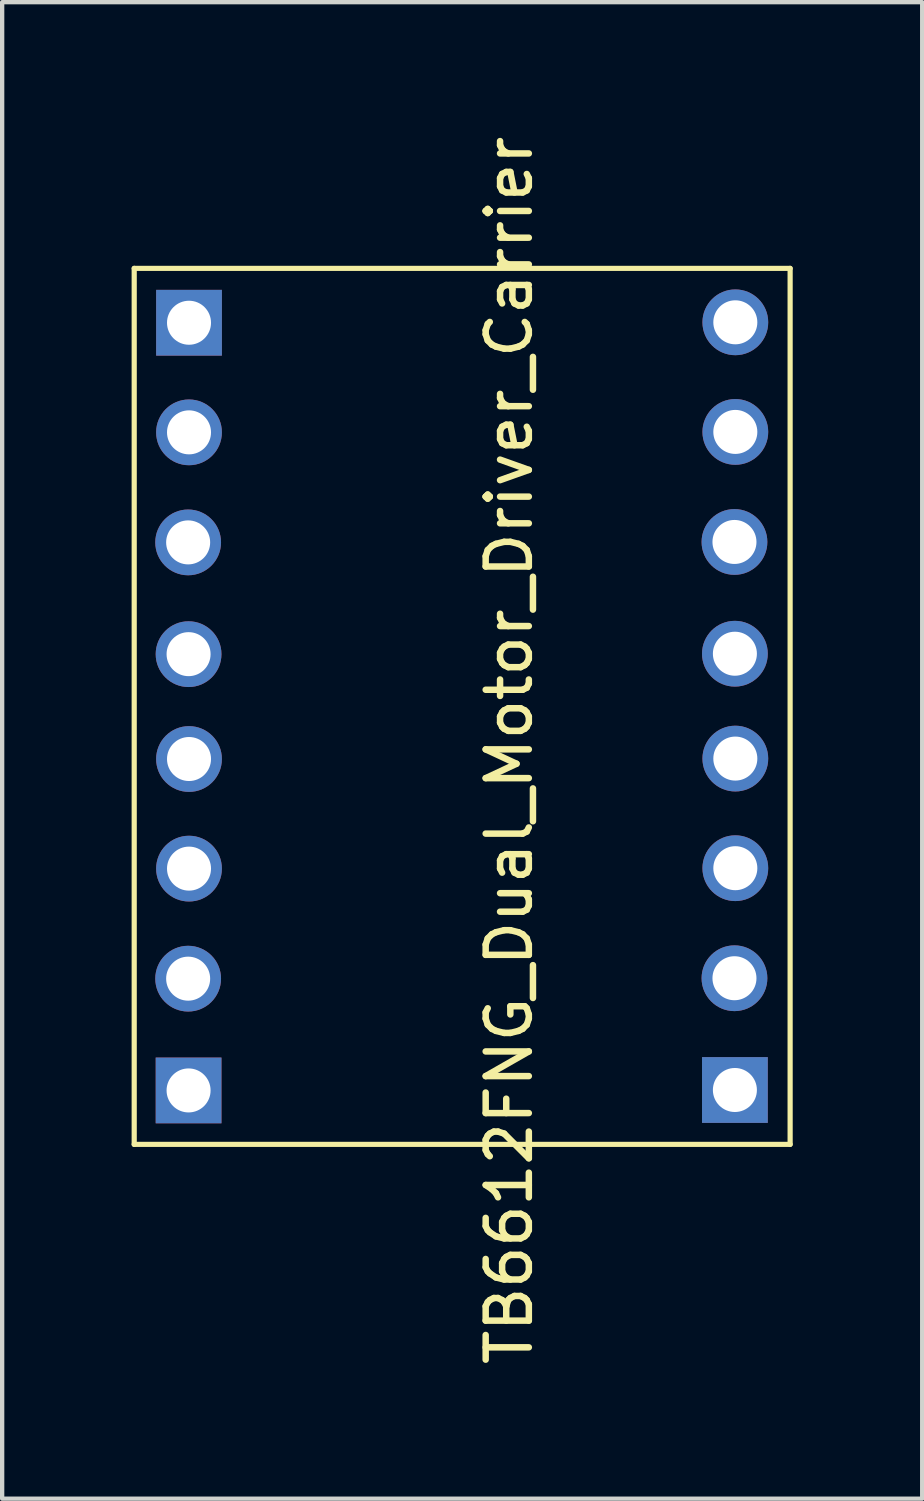
<source format=kicad_pcb>
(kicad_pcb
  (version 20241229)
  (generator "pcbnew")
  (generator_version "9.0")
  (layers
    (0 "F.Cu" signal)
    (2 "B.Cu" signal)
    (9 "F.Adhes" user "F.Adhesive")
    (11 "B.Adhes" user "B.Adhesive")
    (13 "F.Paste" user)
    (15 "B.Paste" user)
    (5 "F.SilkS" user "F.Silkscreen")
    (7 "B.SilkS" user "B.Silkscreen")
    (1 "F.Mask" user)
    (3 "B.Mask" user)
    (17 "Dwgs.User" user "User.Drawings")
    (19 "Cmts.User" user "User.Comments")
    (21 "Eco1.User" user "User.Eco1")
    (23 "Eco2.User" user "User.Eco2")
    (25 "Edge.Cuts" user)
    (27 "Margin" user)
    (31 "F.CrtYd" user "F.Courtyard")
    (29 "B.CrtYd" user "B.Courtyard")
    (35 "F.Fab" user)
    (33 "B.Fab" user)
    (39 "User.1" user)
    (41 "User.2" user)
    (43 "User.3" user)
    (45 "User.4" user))
  (footprint "TB6612FNG_Dual_Motor_Driver_Carrier"
    (layer "F.Cu")
    (at 7.45 13.699)
    (property "Reference" "TB6612FNG_Dual_Motor_Driver_Carrier" (at 1.3 0.64 90) (layer "F.SilkS") (effects (font (size 1 1) (thickness 0.15))))
    (attr through_hole)
    (fp_line (start -7.39 -10.53) (end 7.81 -10.53) (stroke (width 0.12) (type solid)) (layer "F.SilkS"))
    (fp_line (start -7.39 9.77) (end -7.39 -10.53) (stroke (width 0.12) (type solid)) (layer "F.SilkS"))
    (fp_line (start 7.81 -10.53) (end 7.81 9.77) (stroke (width 0.12) (type solid)) (layer "F.SilkS"))
    (fp_line (start 7.81 9.77) (end -7.39 9.77) (stroke (width 0.12) (type solid)) (layer "F.SilkS"))
    (pad "AIN1" thru_hole circle (at 6.52 -4.19) (size 1.524 1.524) (drill 1.02) (layers "*.Cu" "*.Mask"))
    (pad "AIN2" thru_hole circle (at 6.54 -6.74) (size 1.524 1.524) (drill 1.02) (layers "*.Cu" "*.Mask"))
    (pad "AO1" thru_hole circle (at -6.14 -4.18) (size 1.524 1.524) (drill 1.02) (layers "*.Cu" "*.Mask"))
    (pad "AO2" thru_hole circle (at -6.13 -1.59) (size 1.524 1.524) (drill 1.02) (layers "*.Cu" "*.Mask"))
    (pad "BIN1" thru_hole circle (at 6.54 0.83) (size 1.524 1.524) (drill 1.02) (layers "*.Cu" "*.Mask"))
    (pad "BIN2" thru_hole circle (at 6.54 3.37) (size 1.524 1.524) (drill 1.02) (layers "*.Cu" "*.Mask"))
    (pad "BO1" thru_hole circle (at -6.12 3.38) (size 1.524 1.524) (drill 1.02) (layers "*.Cu" "*.Mask"))
    (pad "BO2" thru_hole circle (at -6.12 0.84) (size 1.524 1.524) (drill 1.02) (layers "*.Cu" "*.Mask"))
    (pad "GND" thru_hole rect (at -6.13 8.52) (size 1.524 1.524) (drill 1.02) (layers "*.Cu" "*.Mask"))
    (pad "GND" thru_hole rect (at -6.12 -9.27) (size 1.524 1.524) (drill 1.02) (layers "*.Cu" "*.Mask"))
    (pad "GND" thru_hole rect (at 6.53 8.51) (size 1.524 1.524) (drill 1.02) (layers "*.Cu" "*.Mask"))
    (pad "PWMA" thru_hole circle (at 6.54 -9.28) (size 1.524 1.524) (drill 1.02) (layers "*.Cu" "*.Mask"))
    (pad "PWMB" thru_hole circle (at 6.52 5.92) (size 1.524 1.524) (drill 1.02) (layers "*.Cu" "*.Mask"))
    (pad "STBY" thru_hole circle (at 6.53 -1.6) (size 1.524 1.524) (drill 1.02) (layers "*.Cu" "*.Mask"))
    (pad "VCC" thru_hole circle (at -6.12 -6.73) (size 1.524 1.524) (drill 1.02) (layers "*.Cu" "*.Mask"))
    (pad "VMOT" thru_hole circle (at -6.14 5.93) (size 1.524 1.524) (drill 1.02) (layers "*.Cu" "*.Mask")))
  (gr_rect
    (start -3 -3)
    (end 18.32 31.679)
    (stroke (width 0.1) (type default))
    (fill no)
    (layer "Edge.Cuts")))
</source>
